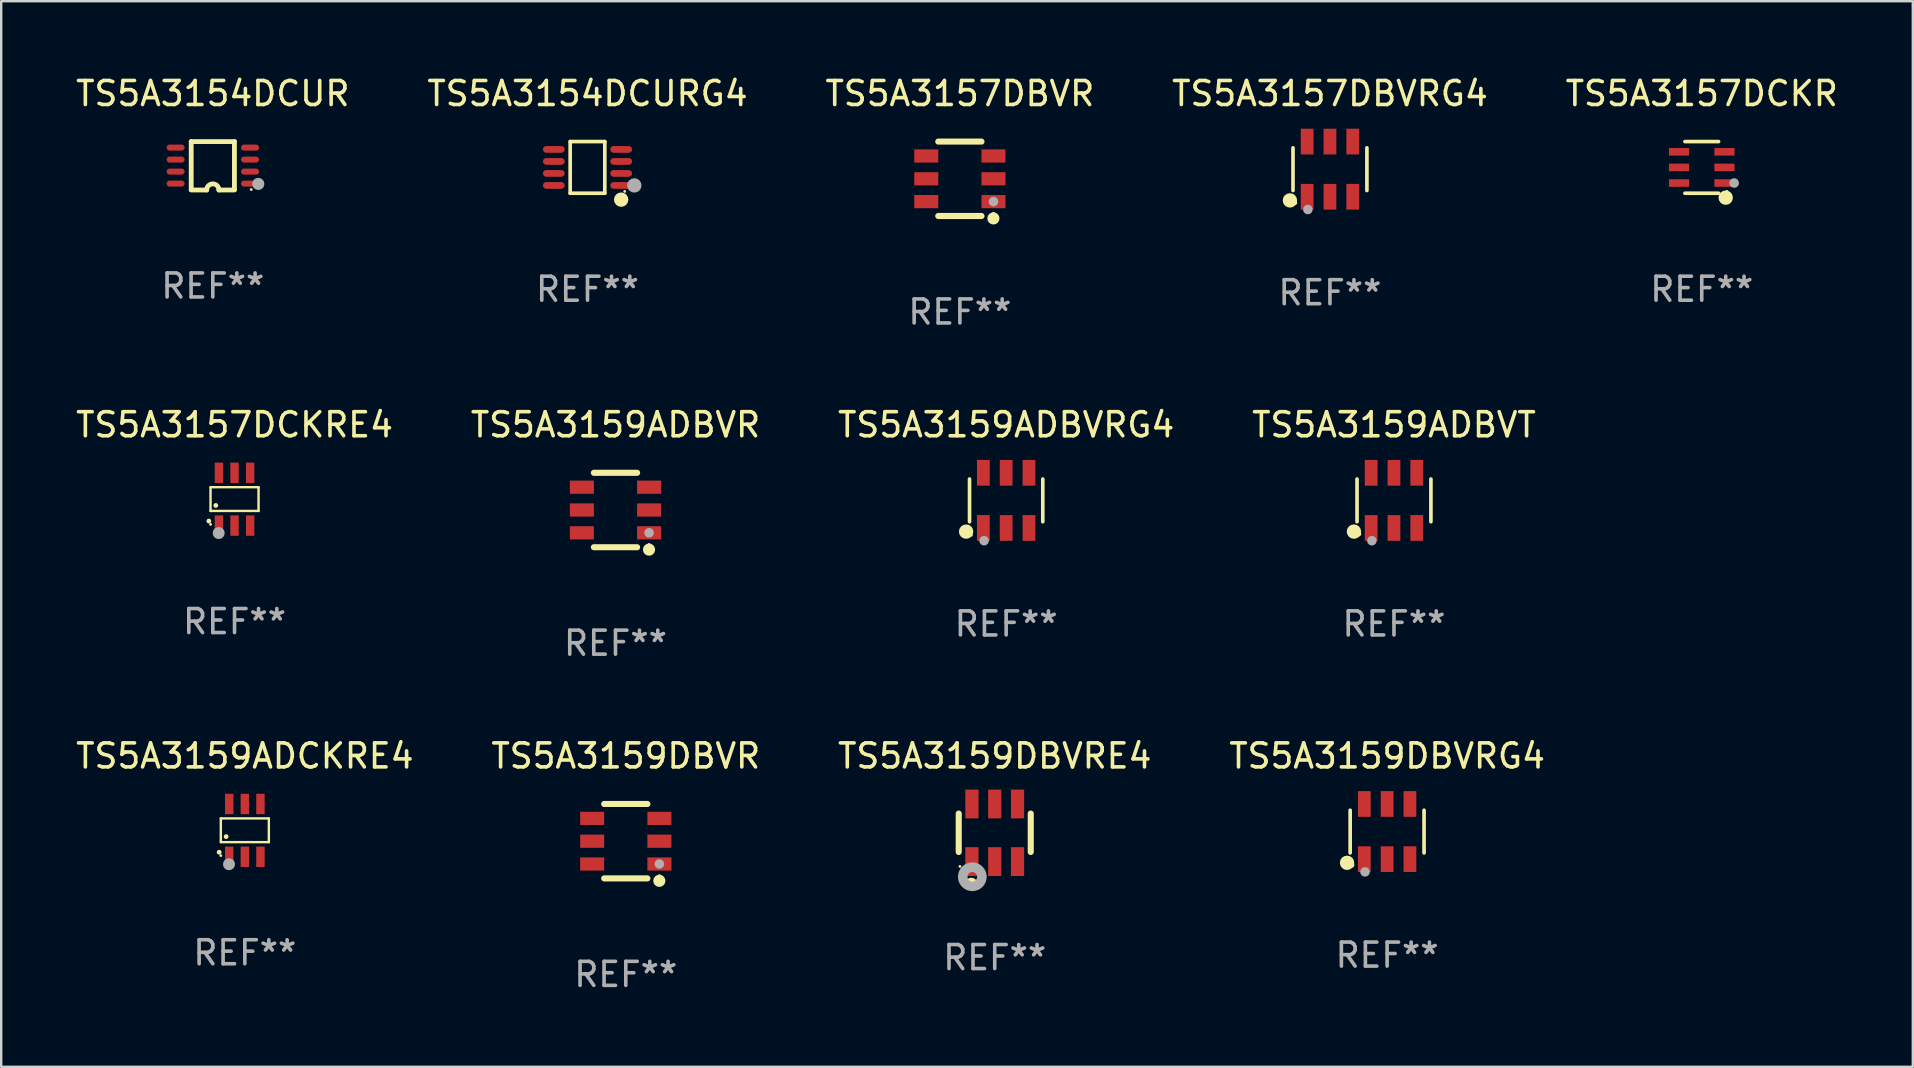
<source format=kicad_pcb>
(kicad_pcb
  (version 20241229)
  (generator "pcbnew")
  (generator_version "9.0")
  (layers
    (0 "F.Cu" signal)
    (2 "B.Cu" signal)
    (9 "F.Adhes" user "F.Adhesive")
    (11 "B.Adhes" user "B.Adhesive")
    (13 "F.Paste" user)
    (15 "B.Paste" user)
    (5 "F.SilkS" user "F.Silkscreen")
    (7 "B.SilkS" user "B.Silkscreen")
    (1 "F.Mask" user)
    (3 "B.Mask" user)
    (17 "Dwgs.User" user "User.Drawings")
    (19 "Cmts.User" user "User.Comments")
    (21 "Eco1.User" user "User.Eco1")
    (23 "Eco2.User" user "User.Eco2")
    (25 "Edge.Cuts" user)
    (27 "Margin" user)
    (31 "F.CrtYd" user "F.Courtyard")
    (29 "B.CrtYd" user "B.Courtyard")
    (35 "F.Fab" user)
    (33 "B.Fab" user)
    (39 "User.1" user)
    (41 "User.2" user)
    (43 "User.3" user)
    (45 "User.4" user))
  (footprint "TS5A3154DCURG4"
    (layer "F.Cu")
    (at 21.423 3.924)
    (property "Reference" "TS5A3154DCURG4" (at 0 -3.076 0) (layer "F.SilkS") (effects (font (size 1 1) (thickness 0.15))))
    (attr through_hole)
    (fp_line (start -0.721 -1.076) (end 0.721 -1.076) (stroke (width 0.152) (type solid)) (layer "F.SilkS"))
    (fp_line (start -0.721 1.076) (end -0.721 -1.076) (stroke (width 0.152) (type solid)) (layer "F.SilkS"))
    (fp_line (start 0.721 -1.076) (end 0.721 1.076) (stroke (width 0.152) (type solid)) (layer "F.SilkS"))
    (fp_line (start 0.721 1.076) (end -0.721 1.076) (stroke (width 0.152) (type solid)) (layer "F.SilkS"))
    (fp_circle (center 1.403 1.342) (end 1.553 1.342) (stroke (width 0.3) (type solid)) (fill no) (layer "F.SilkS"))
    (fp_circle (center 1.55 1) (end 1.58 1) (stroke (width 0.06) (type solid)) (fill no) (layer "F.SilkS"))
    (fp_circle (center 1.95 0.75) (end 2.1 0.75) (stroke (width 0.3) (type solid)) (fill no) (layer "F.Fab"))
    (fp_text user "REF**" (at 0 5.076 0) (layer "F.Fab") (effects (font (size 1 1) (thickness 0.15))))
    (pad "1" smd oval (at 1.403 0.75 90) (size 0.28 0.905) (layers "F.Cu" "F.Mask" "F.Paste"))
    (pad "2" smd oval (at 1.403 0.25 90) (size 0.28 0.905) (layers "F.Cu" "F.Mask" "F.Paste"))
    (pad "3" smd oval (at 1.403 -0.25 90) (size 0.28 0.905) (layers "F.Cu" "F.Mask" "F.Paste"))
    (pad "4" smd oval (at 1.403 -0.75 90) (size 0.28 0.905) (layers "F.Cu" "F.Mask" "F.Paste"))
    (pad "5" smd oval (at -1.403 -0.75 90) (size 0.28 0.905) (layers "F.Cu" "F.Mask" "F.Paste"))
    (pad "6" smd oval (at -1.403 -0.25 90) (size 0.28 0.905) (layers "F.Cu" "F.Mask" "F.Paste"))
    (pad "7" smd oval (at -1.403 0.25 90) (size 0.28 0.905) (layers "F.Cu" "F.Mask" "F.Paste"))
    (pad "8" smd oval (at -1.403 0.75 90) (size 0.28 0.905) (layers "F.Cu" "F.Mask" "F.Paste")))
  (footprint "TS5A3154DCUR"
    (layer "F.Cu")
    (at 5.815 3.856)
    (property "Reference" "TS5A3154DCUR" (at 0 -3.008 0) (layer "F.SilkS") (effects (font (size 1 1) (thickness 0.15))))
    (attr through_hole)
    (fp_line (start -0.9 -1.008) (end -0.9 0.992) (stroke (width 0.2) (type solid)) (layer "F.SilkS"))
    (fp_line (start -0.254 1.008) (end -0.9 1.008) (stroke (width 0.2) (type solid)) (layer "F.SilkS"))
    (fp_line (start 0.254 1.008) (end 0.9 1.008) (stroke (width 0.2) (type solid)) (layer "F.SilkS"))
    (fp_line (start 0.9 -1.008) (end -0.9 -1.008) (stroke (width 0.2) (type solid)) (layer "F.SilkS"))
    (fp_line (start 0.9 0.992) (end 0.9 -1.008) (stroke (width 0.2) (type solid)) (layer "F.SilkS"))
    (fp_arc (start -0.254128 1.007976) (mid -0.000127 0.753975) (end 0.253874 1.007976) (stroke (width 0.2) (type solid)) (layer "F.SilkS"))
    (fp_circle (center 1.599 0.99) (end 1.629 0.99) (stroke (width 0.06) (type solid)) (fill no) (layer "F.SilkS"))
    (fp_circle (center 1.894 0.756) (end 2.021 0.756) (stroke (width 0.254) (type solid)) (fill no) (layer "F.Fab"))
    (fp_text user "REF**" (at 0 5.008 0) (layer "F.Fab") (effects (font (size 1 1) (thickness 0.15))))
    (pad "1" smd oval (at 1.55 0.742) (size 0.75 0.25) (layers "F.Cu" "F.Mask" "F.Paste"))
    (pad "2" smd oval (at 1.55 0.242) (size 0.75 0.25) (layers "F.Cu" "F.Mask" "F.Paste"))
    (pad "3" smd oval (at 1.55 -0.258) (size 0.75 0.25) (layers "F.Cu" "F.Mask" "F.Paste"))
    (pad "4" smd oval (at 1.55 -0.758) (size 0.75 0.25) (layers "F.Cu" "F.Mask" "F.Paste"))
    (pad "5" smd oval (at -1.55 -0.758) (size 0.75 0.25) (layers "F.Cu" "F.Mask" "F.Paste"))
    (pad "6" smd oval (at -1.55 -0.258) (size 0.75 0.25) (layers "F.Cu" "F.Mask" "F.Paste"))
    (pad "7" smd oval (at -1.55 0.242) (size 0.75 0.25) (layers "F.Cu" "F.Mask" "F.Paste"))
    (pad "8" smd oval (at -1.55 0.742) (size 0.75 0.25) (layers "F.Cu" "F.Mask" "F.Paste")))
  (footprint "TS5A3159ADBVR"
    (layer "F.Cu")
    (at 22.589 18.195)
    (property "Reference" "TS5A3159ADBVR" (at 0 -3.55 0) (layer "F.SilkS") (effects (font (size 1 1) (thickness 0.15))))
    (attr through_hole)
    (fp_line (start -0.9 -1.55) (end 0.9 -1.55) (stroke (width 0.254) (type solid)) (layer "F.SilkS"))
    (fp_line (start -0.9 1.55) (end 0.9 1.55) (stroke (width 0.254) (type solid)) (layer "F.SilkS"))
    (fp_circle (center 1.397 1.651) (end 1.524 1.651) (stroke (width 0.254) (type solid)) (fill no) (layer "F.SilkS"))
    (fp_circle (center 1.4 1.435) (end 1.43 1.435) (stroke (width 0.06) (type solid)) (fill no) (layer "F.SilkS"))
    (fp_circle (center 1.4 0.95) (end 1.5 0.95) (stroke (width 0.2) (type solid)) (fill no) (layer "F.Fab"))
    (fp_text user "REF**" (at 0 5.55 0) (layer "F.Fab") (effects (font (size 1 1) (thickness 0.15))))
    (pad "1" smd rect (at 1.4 0.95) (size 1 0.55) (layers "F.Cu" "F.Mask" "F.Paste"))
    (pad "2" smd rect (at 1.4 -0.000102) (size 1 0.55) (layers "F.Cu" "F.Mask" "F.Paste"))
    (pad "3" smd rect (at 1.4 -0.95) (size 1 0.55) (layers "F.Cu" "F.Mask" "F.Paste"))
    (pad "4" smd rect (at -1.4 -0.95) (size 1 0.55) (layers "F.Cu" "F.Mask" "F.Paste"))
    (pad "5" smd rect (at -1.4 -0.000102) (size 1 0.55) (layers "F.Cu" "F.Mask" "F.Paste"))
    (pad "6" smd rect (at -1.4 0.95) (size 1 0.55) (layers "F.Cu" "F.Mask" "F.Paste")))
  (footprint "TS5A3159ADCKRE4"
    (layer "F.Cu")
    (at 7.149 31.541)
    (property "Reference" "TS5A3159ADCKRE4" (at 0 -3.1 0) (layer "F.SilkS") (effects (font (size 1 1) (thickness 0.15))))
    (attr through_hole)
    (fp_line (start -1 -0.5) (end -1 0.49) (stroke (width 0.1) (type solid)) (layer "F.SilkS"))
    (fp_line (start -1 0.49) (end 1 0.49) (stroke (width 0.1) (type solid)) (layer "F.SilkS"))
    (fp_line (start 0.99 -0.5) (end -1 -0.5) (stroke (width 0.1) (type solid)) (layer "F.SilkS"))
    (fp_line (start 1 -0.49) (end 0.99 -0.5) (stroke (width 0.1) (type solid)) (layer "F.SilkS"))
    (fp_line (start 1 0.49) (end 1 -0.49) (stroke (width 0.1) (type solid)) (layer "F.SilkS"))
    (fp_circle (center -1.07 0.91) (end -1.02 0.91) (stroke (width 0.1) (type solid)) (fill no) (layer "F.SilkS"))
    (fp_circle (center -1 1.05) (end -0.97 1.05) (stroke (width 0.06) (type solid)) (fill no) (layer "F.SilkS"))
    (fp_circle (center -0.78 0.26) (end -0.73 0.26) (stroke (width 0.1) (type solid)) (fill no) (layer "F.SilkS"))
    (fp_circle (center -0.66 1.41) (end -0.535 1.41) (stroke (width 0.25) (type solid)) (fill no) (layer "F.Fab"))
    (fp_text user "REF**" (at 0 5.1 0) (layer "F.Fab") (effects (font (size 1 1) (thickness 0.15))))
    (pad "1" smd rect (at -0.65 1.1) (size 0.35 0.85) (layers "F.Cu" "F.Mask" "F.Paste"))
    (pad "2" smd rect (at 0 1.1) (size 0.35 0.85) (layers "F.Cu" "F.Mask" "F.Paste"))
    (pad "3" smd rect (at 0.65 1.1) (size 0.35 0.85) (layers "F.Cu" "F.Mask" "F.Paste"))
    (pad "4" smd rect (at 0.65 -1.1) (size 0.35 0.85) (layers "F.Cu" "F.Mask" "F.Paste"))
    (pad "5" smd rect (at 0 -1.1) (size 0.35 0.85) (layers "F.Cu" "F.Mask" "F.Paste"))
    (pad "6" smd rect (at -0.65 -1.1) (size 0.35 0.85) (layers "F.Cu" "F.Mask" "F.Paste")))
  (footprint "TS5A3157DBVRG4"
    (layer "F.Cu")
    (at 52.351 3.997)
    (property "Reference" "TS5A3157DBVRG4" (at 0 -3.149 0) (layer "F.SilkS") (effects (font (size 1 1) (thickness 0.15))))
    (attr through_hole)
    (fp_line (start -1.539 0.889) (end -1.539 -0.889) (stroke (width 0.152) (type solid)) (layer "F.SilkS"))
    (fp_line (start 1.539 0.889) (end 1.539 -0.889) (stroke (width 0.152) (type solid)) (layer "F.SilkS"))
    (fp_circle (center -1.668 1.301) (end -1.518 1.301) (stroke (width 0.3) (type solid)) (fill no) (layer "F.SilkS"))
    (fp_circle (center -1.463 1.4) (end -1.413 1.4) (stroke (width 0.1) (type solid)) (fill no) (layer "F.SilkS"))
    (fp_circle (center -0.92 1.68) (end -0.82 1.68) (stroke (width 0.2) (type solid)) (fill no) (layer "F.Fab"))
    (fp_text user "REF**" (at 0 5.149 0) (layer "F.Fab") (effects (font (size 1 1) (thickness 0.15))))
    (pad "1" smd rect (at -0.95 1.149) (size 0.532 1.072) (layers "F.Cu" "F.Mask" "F.Paste"))
    (pad "2" smd rect (at 0 1.149) (size 0.532 1.072) (layers "F.Cu" "F.Mask" "F.Paste"))
    (pad "3" smd rect (at 0.95 1.149) (size 0.532 1.072) (layers "F.Cu" "F.Mask" "F.Paste"))
    (pad "4" smd rect (at 0.95 -1.149) (size 0.532 1.072) (layers "F.Cu" "F.Mask" "F.Paste"))
    (pad "5" smd rect (at 0 -1.149) (size 0.532 1.072) (layers "F.Cu" "F.Mask" "F.Paste"))
    (pad "6" smd rect (at -0.95 -1.149) (size 0.532 1.072) (layers "F.Cu" "F.Mask" "F.Paste")))
  (footprint "TS5A3159DBVR"
    (layer "F.Cu")
    (at 23.018 31.991)
    (property "Reference" "TS5A3159DBVR" (at 0 -3.55 0) (layer "F.SilkS") (effects (font (size 1 1) (thickness 0.15))))
    (attr through_hole)
    (fp_line (start -0.9 -1.55) (end 0.9 -1.55) (stroke (width 0.254) (type solid)) (layer "F.SilkS"))
    (fp_line (start -0.9 1.55) (end 0.9 1.55) (stroke (width 0.254) (type solid)) (layer "F.SilkS"))
    (fp_circle (center 1.397 1.651) (end 1.524 1.651) (stroke (width 0.254) (type solid)) (fill no) (layer "F.SilkS"))
    (fp_circle (center 1.4 1.435) (end 1.43 1.435) (stroke (width 0.06) (type solid)) (fill no) (layer "F.SilkS"))
    (fp_circle (center 1.4 0.95) (end 1.5 0.95) (stroke (width 0.2) (type solid)) (fill no) (layer "F.Fab"))
    (fp_text user "REF**" (at 0 5.55 0) (layer "F.Fab") (effects (font (size 1 1) (thickness 0.15))))
    (pad "1" smd rect (at 1.4 0.95) (size 1 0.55) (layers "F.Cu" "F.Mask" "F.Paste"))
    (pad "2" smd rect (at 1.4 -0.000102) (size 1 0.55) (layers "F.Cu" "F.Mask" "F.Paste"))
    (pad "3" smd rect (at 1.4 -0.95) (size 1 0.55) (layers "F.Cu" "F.Mask" "F.Paste"))
    (pad "4" smd rect (at -1.4 -0.95) (size 1 0.55) (layers "F.Cu" "F.Mask" "F.Paste"))
    (pad "5" smd rect (at -1.4 -0.000102) (size 1 0.55) (layers "F.Cu" "F.Mask" "F.Paste"))
    (pad "6" smd rect (at -1.4 0.95) (size 1 0.55) (layers "F.Cu" "F.Mask" "F.Paste")))
  (footprint "TS5A3159ADBVRG4"
    (layer "F.Cu")
    (at 38.863 17.794)
    (property "Reference" "TS5A3159ADBVRG4" (at 0 -3.149 0) (layer "F.SilkS") (effects (font (size 1 1) (thickness 0.15))))
    (attr through_hole)
    (fp_line (start -1.526 0.889) (end -1.526 -0.889) (stroke (width 0.152) (type solid)) (layer "F.SilkS"))
    (fp_line (start 1.526 0.889) (end 1.526 -0.889) (stroke (width 0.152) (type solid)) (layer "F.SilkS"))
    (fp_circle (center -1.668 1.301) (end -1.518 1.301) (stroke (width 0.3) (type solid)) (fill no) (layer "F.SilkS"))
    (fp_circle (center -1.45 1.45) (end -1.42 1.45) (stroke (width 0.06) (type solid)) (fill no) (layer "F.SilkS"))
    (fp_circle (center -0.92 1.68) (end -0.82 1.68) (stroke (width 0.2) (type solid)) (fill no) (layer "F.Fab"))
    (fp_text user "REF**" (at 0 5.149 0) (layer "F.Fab") (effects (font (size 1 1) (thickness 0.15))))
    (pad "1" smd rect (at -0.95 1.149) (size 0.532 1.072) (layers "F.Cu" "F.Mask" "F.Paste"))
    (pad "2" smd rect (at 0 1.149) (size 0.532 1.072) (layers "F.Cu" "F.Mask" "F.Paste"))
    (pad "3" smd rect (at 0.95 1.149) (size 0.532 1.072) (layers "F.Cu" "F.Mask" "F.Paste"))
    (pad "4" smd rect (at 0.95 -1.149) (size 0.532 1.072) (layers "F.Cu" "F.Mask" "F.Paste"))
    (pad "5" smd rect (at 0 -1.149) (size 0.532 1.072) (layers "F.Cu" "F.Mask" "F.Paste"))
    (pad "6" smd rect (at -0.95 -1.149) (size 0.532 1.072) (layers "F.Cu" "F.Mask" "F.Paste")))
  (footprint "TS5A3159DBVRE4"
    (layer "F.Cu")
    (at 38.387 31.641)
    (property "Reference" "TS5A3159DBVRE4" (at 0 -3.2 0) (layer "F.SilkS") (effects (font (size 1 1) (thickness 0.15))))
    (attr through_hole)
    (fp_line (start -1.5 0.8) (end -1.5 -0.8) (stroke (width 0.254) (type solid)) (layer "F.SilkS"))
    (fp_line (start 1.5 -0.8) (end 1.5 0.8) (stroke (width 0.254) (type solid)) (layer "F.SilkS"))
    (fp_circle (center -1.45 1.4) (end -1.42 1.4) (stroke (width 0.06) (type solid)) (fill no) (layer "F.SilkS"))
    (fp_circle (center -0.975 2.125) (end -0.848 2.125) (stroke (width 0.254) (type solid)) (fill no) (layer "F.SilkS"))
    (fp_circle (center -0.934 1.832) (end -0.735 1.832) (stroke (width 0.4) (type solid)) (fill no) (layer "F.Fab"))
    (fp_text user "REF**" (at 0 5.2 0) (layer "F.Fab") (effects (font (size 1 1) (thickness 0.15))))
    (pad "1" smd rect (at -0.95 1.2) (size 0.55 1.2) (layers "F.Cu" "F.Mask" "F.Paste"))
    (pad "2" smd rect (at 0 1.2) (size 0.55 1.2) (layers "F.Cu" "F.Mask" "F.Paste"))
    (pad "3" smd rect (at 0.95 1.2) (size 0.55 1.2) (layers "F.Cu" "F.Mask" "F.Paste"))
    (pad "4" smd rect (at 0.95 -1.2) (size 0.55 1.2) (layers "F.Cu" "F.Mask" "F.Paste"))
    (pad "5" smd rect (at 0 -1.2) (size 0.55 1.2) (layers "F.Cu" "F.Mask" "F.Paste"))
    (pad "6" smd rect (at -0.95 -1.2) (size 0.55 1.2) (layers "F.Cu" "F.Mask" "F.Paste")))
  (footprint "TS5A3159ADBVT"
    (layer "F.Cu")
    (at 55.018 17.794)
    (property "Reference" "TS5A3159ADBVT" (at 0 -3.149 0) (layer "F.SilkS") (effects (font (size 1 1) (thickness 0.15))))
    (attr through_hole)
    (fp_line (start -1.539 0.889) (end -1.539 -0.889) (stroke (width 0.152) (type solid)) (layer "F.SilkS"))
    (fp_line (start 1.539 0.889) (end 1.539 -0.889) (stroke (width 0.152) (type solid)) (layer "F.SilkS"))
    (fp_circle (center -1.668 1.301) (end -1.518 1.301) (stroke (width 0.3) (type solid)) (fill no) (layer "F.SilkS"))
    (fp_circle (center -1.463 1.4) (end -1.413 1.4) (stroke (width 0.1) (type solid)) (fill no) (layer "F.SilkS"))
    (fp_circle (center -0.92 1.68) (end -0.82 1.68) (stroke (width 0.2) (type solid)) (fill no) (layer "F.Fab"))
    (fp_text user "REF**" (at 0 5.149 0) (layer "F.Fab") (effects (font (size 1 1) (thickness 0.15))))
    (pad "1" smd rect (at -0.95 1.149) (size 0.532 1.072) (layers "F.Cu" "F.Mask" "F.Paste"))
    (pad "2" smd rect (at 0 1.149) (size 0.532 1.072) (layers "F.Cu" "F.Mask" "F.Paste"))
    (pad "3" smd rect (at 0.95 1.149) (size 0.532 1.072) (layers "F.Cu" "F.Mask" "F.Paste"))
    (pad "4" smd rect (at 0.95 -1.149) (size 0.532 1.072) (layers "F.Cu" "F.Mask" "F.Paste"))
    (pad "5" smd rect (at 0 -1.149) (size 0.532 1.072) (layers "F.Cu" "F.Mask" "F.Paste"))
    (pad "6" smd rect (at -0.95 -1.149) (size 0.532 1.072) (layers "F.Cu" "F.Mask" "F.Paste")))
  (footprint "TS5A3157DCKR"
    (layer "F.Cu")
    (at 67.839 3.924)
    (property "Reference" "TS5A3157DCKR" (at 0 -3.076 0) (layer "F.SilkS") (effects (font (size 1 1) (thickness 0.15))))
    (attr through_hole)
    (fp_line (start 0.701 -1.076) (end -0.701 -1.076) (stroke (width 0.152) (type solid)) (layer "F.SilkS"))
    (fp_line (start 0.701 1.076) (end -0.701 1.076) (stroke (width 0.152) (type solid)) (layer "F.SilkS"))
    (fp_circle (center 0.998 1.26) (end 1.148 1.26) (stroke (width 0.3) (type solid)) (fill no) (layer "F.SilkS"))
    (fp_circle (center 1.05 1) (end 1.08 1) (stroke (width 0.06) (type solid)) (fill no) (layer "F.SilkS"))
    (fp_circle (center 1.35 0.65) (end 1.45 0.65) (stroke (width 0.2) (type solid)) (fill no) (layer "F.Fab"))
    (fp_text user "REF**" (at 0 5.076 0) (layer "F.Fab") (effects (font (size 1 1) (thickness 0.15))))
    (pad "1" smd rect (at 0.946 0.65) (size 0.841 0.315) (layers "F.Cu" "F.Mask" "F.Paste"))
    (pad "2" smd rect (at 0.946 0) (size 0.841 0.315) (layers "F.Cu" "F.Mask" "F.Paste"))
    (pad "3" smd rect (at 0.946 -0.65) (size 0.841 0.315) (layers "F.Cu" "F.Mask" "F.Paste"))
    (pad "4" smd rect (at -0.946 -0.65) (size 0.841 0.315) (layers "F.Cu" "F.Mask" "F.Paste"))
    (pad "5" smd rect (at -0.946 0) (size 0.841 0.315) (layers "F.Cu" "F.Mask" "F.Paste"))
    (pad "6" smd rect (at -0.946 0.65) (size 0.841 0.315) (layers "F.Cu" "F.Mask" "F.Paste")))
  (footprint "TS5A3157DBVR"
    (layer "F.Cu")
    (at 36.935 4.398)
    (property "Reference" "TS5A3157DBVR" (at 0 -3.55 0) (layer "F.SilkS") (effects (font (size 1 1) (thickness 0.15))))
    (attr through_hole)
    (fp_line (start -0.9 -1.55) (end 0.9 -1.55) (stroke (width 0.254) (type solid)) (layer "F.SilkS"))
    (fp_line (start -0.9 1.55) (end 0.9 1.55) (stroke (width 0.254) (type solid)) (layer "F.SilkS"))
    (fp_circle (center 1.397 1.651) (end 1.524 1.651) (stroke (width 0.254) (type solid)) (fill no) (layer "F.SilkS"))
    (fp_circle (center 1.4 1.435) (end 1.43 1.435) (stroke (width 0.06) (type solid)) (fill no) (layer "F.SilkS"))
    (fp_circle (center 1.4 0.95) (end 1.5 0.95) (stroke (width 0.2) (type solid)) (fill no) (layer "F.Fab"))
    (fp_text user "REF**" (at 0 5.55 0) (layer "F.Fab") (effects (font (size 1 1) (thickness 0.15))))
    (pad "1" smd rect (at 1.4 0.95) (size 1 0.55) (layers "F.Cu" "F.Mask" "F.Paste"))
    (pad "2" smd rect (at 1.4 -0.000102) (size 1 0.55) (layers "F.Cu" "F.Mask" "F.Paste"))
    (pad "3" smd rect (at 1.4 -0.95) (size 1 0.55) (layers "F.Cu" "F.Mask" "F.Paste"))
    (pad "4" smd rect (at -1.4 -0.95) (size 1 0.55) (layers "F.Cu" "F.Mask" "F.Paste"))
    (pad "5" smd rect (at -1.4 -0.000102) (size 1 0.55) (layers "F.Cu" "F.Mask" "F.Paste"))
    (pad "6" smd rect (at -1.4 0.95) (size 1 0.55) (layers "F.Cu" "F.Mask" "F.Paste")))
  (footprint "TS5A3159DBVRG4"
    (layer "F.Cu")
    (at 54.732 31.59)
    (property "Reference" "TS5A3159DBVRG4" (at 0 -3.149 0) (layer "F.SilkS") (effects (font (size 1 1) (thickness 0.15))))
    (attr through_hole)
    (fp_line (start -1.539 0.889) (end -1.539 -0.889) (stroke (width 0.152) (type solid)) (layer "F.SilkS"))
    (fp_line (start 1.539 0.889) (end 1.539 -0.889) (stroke (width 0.152) (type solid)) (layer "F.SilkS"))
    (fp_circle (center -1.668 1.301) (end -1.518 1.301) (stroke (width 0.3) (type solid)) (fill no) (layer "F.SilkS"))
    (fp_circle (center -1.463 1.4) (end -1.413 1.4) (stroke (width 0.1) (type solid)) (fill no) (layer "F.SilkS"))
    (fp_circle (center -0.92 1.68) (end -0.82 1.68) (stroke (width 0.2) (type solid)) (fill no) (layer "F.Fab"))
    (fp_text user "REF**" (at 0 5.149 0) (layer "F.Fab") (effects (font (size 1 1) (thickness 0.15))))
    (pad "1" smd rect (at -0.95 1.149) (size 0.532 1.072) (layers "F.Cu" "F.Mask" "F.Paste"))
    (pad "2" smd rect (at 0 1.149) (size 0.532 1.072) (layers "F.Cu" "F.Mask" "F.Paste"))
    (pad "3" smd rect (at 0.95 1.149) (size 0.532 1.072) (layers "F.Cu" "F.Mask" "F.Paste"))
    (pad "4" smd rect (at 0.95 -1.149) (size 0.532 1.072) (layers "F.Cu" "F.Mask" "F.Paste"))
    (pad "5" smd rect (at 0 -1.149) (size 0.532 1.072) (layers "F.Cu" "F.Mask" "F.Paste"))
    (pad "6" smd rect (at -0.95 -1.149) (size 0.532 1.072) (layers "F.Cu" "F.Mask" "F.Paste")))
  (footprint "TS5A3157DCKRE4"
    (layer "F.Cu")
    (at 6.72 17.745)
    (property "Reference" "TS5A3157DCKRE4" (at 0 -3.1 0) (layer "F.SilkS") (effects (font (size 1 1) (thickness 0.15))))
    (attr through_hole)
    (fp_line (start -1 -0.5) (end -1 0.49) (stroke (width 0.1) (type solid)) (layer "F.SilkS"))
    (fp_line (start -1 0.49) (end 1 0.49) (stroke (width 0.1) (type solid)) (layer "F.SilkS"))
    (fp_line (start 0.99 -0.5) (end -1 -0.5) (stroke (width 0.1) (type solid)) (layer "F.SilkS"))
    (fp_line (start 1 -0.49) (end 0.99 -0.5) (stroke (width 0.1) (type solid)) (layer "F.SilkS"))
    (fp_line (start 1 0.49) (end 1 -0.49) (stroke (width 0.1) (type solid)) (layer "F.SilkS"))
    (fp_circle (center -1.07 0.91) (end -1.02 0.91) (stroke (width 0.1) (type solid)) (fill no) (layer "F.SilkS"))
    (fp_circle (center -1 1.05) (end -0.97 1.05) (stroke (width 0.06) (type solid)) (fill no) (layer "F.SilkS"))
    (fp_circle (center -0.78 0.26) (end -0.73 0.26) (stroke (width 0.1) (type solid)) (fill no) (layer "F.SilkS"))
    (fp_circle (center -0.66 1.41) (end -0.535 1.41) (stroke (width 0.25) (type solid)) (fill no) (layer "F.Fab"))
    (fp_text user "REF**" (at 0 5.1 0) (layer "F.Fab") (effects (font (size 1 1) (thickness 0.15))))
    (pad "1" smd rect (at -0.65 1.1) (size 0.35 0.85) (layers "F.Cu" "F.Mask" "F.Paste"))
    (pad "2" smd rect (at 0 1.1) (size 0.35 0.85) (layers "F.Cu" "F.Mask" "F.Paste"))
    (pad "3" smd rect (at 0.65 1.1) (size 0.35 0.85) (layers "F.Cu" "F.Mask" "F.Paste"))
    (pad "4" smd rect (at 0.65 -1.1) (size 0.35 0.85) (layers "F.Cu" "F.Mask" "F.Paste"))
    (pad "5" smd rect (at 0 -1.1) (size 0.35 0.85) (layers "F.Cu" "F.Mask" "F.Paste"))
    (pad "6" smd rect (at -0.65 -1.1) (size 0.35 0.85) (layers "F.Cu" "F.Mask" "F.Paste")))
  (gr_rect
    (start -3 -3)
    (end 76.631 41.39)
    (stroke (width 0.1) (type default))
    (fill no)
    (layer "Edge.Cuts")))
</source>
